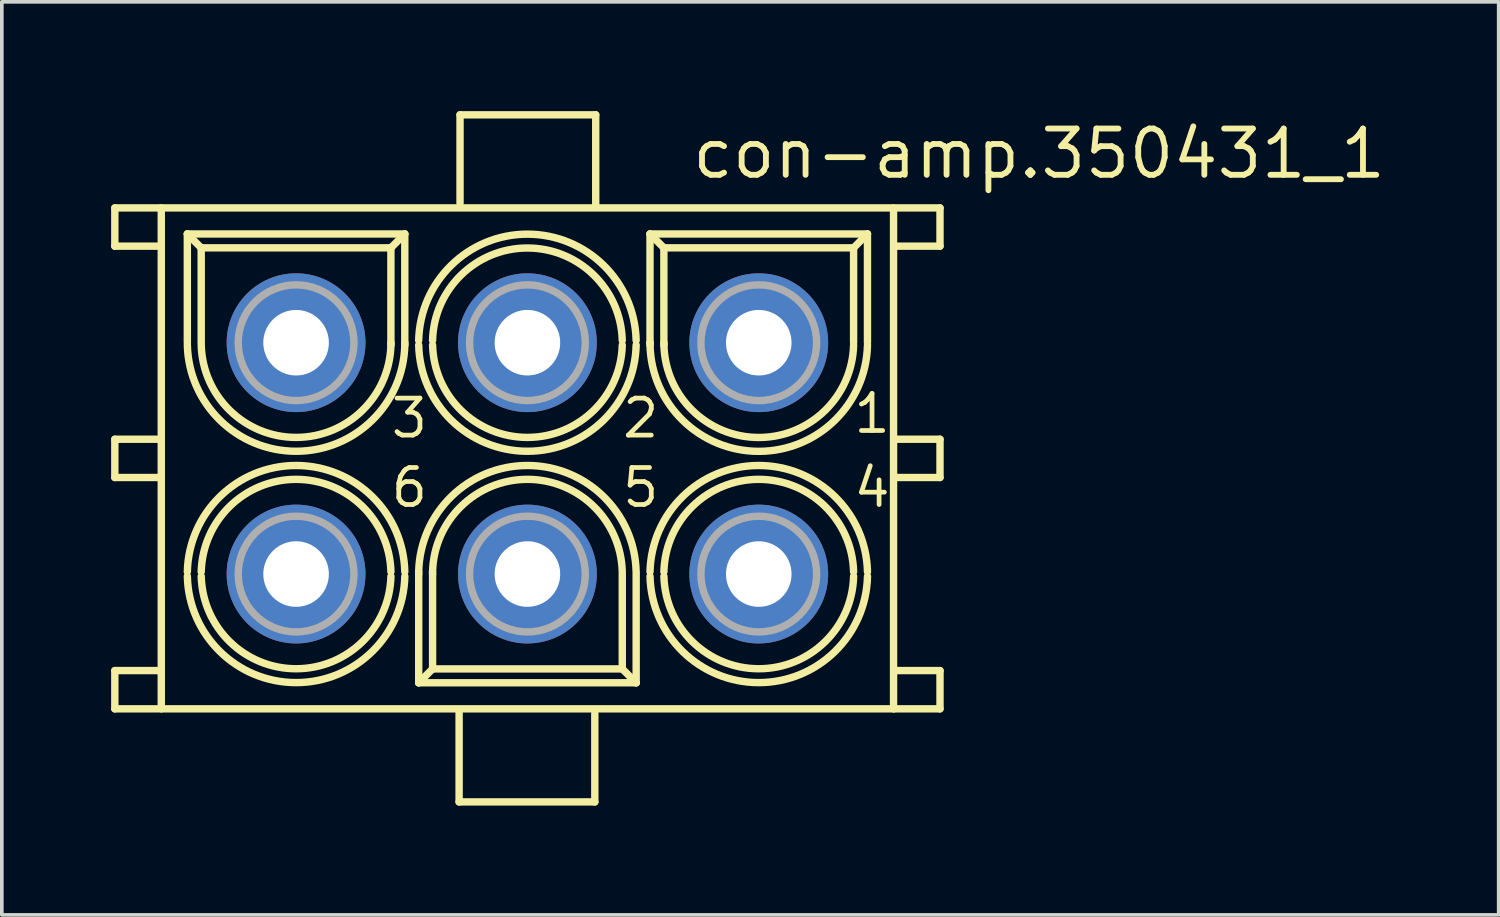
<source format=kicad_pcb>
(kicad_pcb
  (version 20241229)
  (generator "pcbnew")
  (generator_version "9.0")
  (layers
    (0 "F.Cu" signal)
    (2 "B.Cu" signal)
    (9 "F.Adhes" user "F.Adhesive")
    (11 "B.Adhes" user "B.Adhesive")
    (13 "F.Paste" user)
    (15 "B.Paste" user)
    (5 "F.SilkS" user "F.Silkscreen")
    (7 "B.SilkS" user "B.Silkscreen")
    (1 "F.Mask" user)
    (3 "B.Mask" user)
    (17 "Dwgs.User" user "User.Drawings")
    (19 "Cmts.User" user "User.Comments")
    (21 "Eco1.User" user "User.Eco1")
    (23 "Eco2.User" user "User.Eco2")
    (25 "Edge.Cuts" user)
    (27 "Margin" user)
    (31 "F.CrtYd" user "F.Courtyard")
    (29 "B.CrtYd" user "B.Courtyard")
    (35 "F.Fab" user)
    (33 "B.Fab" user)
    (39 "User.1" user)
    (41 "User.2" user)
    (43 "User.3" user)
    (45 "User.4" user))
  (footprint "con-amp.350431_1"
    (layer "F.Cu")
    (at 11.427 6.357)
    (property "Reference" "con-amp.350431_1" (at 4.445 -4.445 0) (layer "F.SilkS") (effects (font (size 1.27 1.27) (thickness 0.16)) (justify left bottom)))
    (attr through_hole)
    (fp_line (start -11.325 -3.7) (end -11.325 -2.65) (stroke (width 0.203) (type default)) (layer "F.SilkS"))
    (fp_line (start -11.325 -2.65) (end -10.125 -2.65) (stroke (width 0.203) (type default)) (layer "F.SilkS"))
    (fp_line (start -11.325 2.65) (end -11.325 3.7) (stroke (width 0.203) (type default)) (layer "F.SilkS"))
    (fp_line (start -11.325 3.7) (end -10.125 3.7) (stroke (width 0.203) (type default)) (layer "F.SilkS"))
    (fp_line (start -11.325 9) (end -11.325 10.05) (stroke (width 0.203) (type default)) (layer "F.SilkS"))
    (fp_line (start -11.325 10.05) (end -10.125 10.05) (stroke (width 0.203) (type default)) (layer "F.SilkS"))
    (fp_line (start -10.1 -3.7) (end -11.325 -3.7) (stroke (width 0.203) (type default)) (layer "F.SilkS"))
    (fp_line (start -10.1 2.65) (end -11.325 2.65) (stroke (width 0.203) (type default)) (layer "F.SilkS"))
    (fp_line (start -10.1 9) (end -11.325 9) (stroke (width 0.203) (type default)) (layer "F.SilkS"))
    (fp_line (start -10.05 -3.7) (end 10.05 -3.7) (stroke (width 0.203) (type default)) (layer "F.SilkS"))
    (fp_line (start -10.05 10.05) (end -10.05 -3.7) (stroke (width 0.203) (type default)) (layer "F.SilkS"))
    (fp_line (start -9.335 -2.985) (end -3.366 -2.985) (stroke (width 0.203) (type default)) (layer "F.SilkS"))
    (fp_line (start -9.335 0) (end -9.335 -2.985) (stroke (width 0.203) (type default)) (layer "F.SilkS"))
    (fp_line (start -8.954 -2.604) (end -9.335 -2.985) (stroke (width 0.203) (type default)) (layer "F.SilkS"))
    (fp_line (start -8.954 -2.604) (end -3.747 -2.604) (stroke (width 0.203) (type default)) (layer "F.SilkS"))
    (fp_line (start -8.954 0) (end -8.954 -2.604) (stroke (width 0.203) (type default)) (layer "F.SilkS"))
    (fp_line (start -3.747 -2.604) (end -3.747 0) (stroke (width 0.203) (type default)) (layer "F.SilkS"))
    (fp_line (start -3.747 -2.604) (end -3.366 -2.985) (stroke (width 0.203) (type default)) (layer "F.SilkS"))
    (fp_line (start -3.746 0) (end -3.746 0.064) (stroke (width 0.203) (type default)) (layer "F.SilkS"))
    (fp_line (start -3.366 -2.985) (end -3.366 0) (stroke (width 0.203) (type default)) (layer "F.SilkS"))
    (fp_line (start -3.365 0) (end -3.365 0.064) (stroke (width 0.203) (type default)) (layer "F.SilkS"))
    (fp_line (start -2.985 6.35) (end -2.985 6.286) (stroke (width 0.203) (type default)) (layer "F.SilkS"))
    (fp_line (start -2.984 9.335) (end -2.984 6.35) (stroke (width 0.203) (type default)) (layer "F.SilkS"))
    (fp_line (start -2.604 6.35) (end -2.604 6.286) (stroke (width 0.203) (type default)) (layer "F.SilkS"))
    (fp_line (start -2.603 8.954) (end -2.984 9.335) (stroke (width 0.203) (type default)) (layer "F.SilkS"))
    (fp_line (start -2.603 8.954) (end -2.603 6.35) (stroke (width 0.203) (type default)) (layer "F.SilkS"))
    (fp_line (start -1.875 10.155) (end -1.875 12.605) (stroke (width 0.203) (type default)) (layer "F.SilkS"))
    (fp_line (start -1.875 12.605) (end 1.85 12.605) (stroke (width 0.203) (type default)) (layer "F.SilkS"))
    (fp_line (start -1.85 -6.255) (end -1.85 -3.83) (stroke (width 0.203) (type default)) (layer "F.SilkS"))
    (fp_line (start 1.85 12.605) (end 1.85 10.18) (stroke (width 0.203) (type default)) (layer "F.SilkS"))
    (fp_line (start 1.875 -6.255) (end -1.85 -6.255) (stroke (width 0.203) (type default)) (layer "F.SilkS"))
    (fp_line (start 1.875 -3.805) (end 1.875 -6.255) (stroke (width 0.203) (type default)) (layer "F.SilkS"))
    (fp_line (start 2.604 6.35) (end 2.604 8.954) (stroke (width 0.203) (type default)) (layer "F.SilkS"))
    (fp_line (start 2.604 8.954) (end -2.603 8.954) (stroke (width 0.203) (type default)) (layer "F.SilkS"))
    (fp_line (start 2.604 8.954) (end 2.985 9.335) (stroke (width 0.203) (type default)) (layer "F.SilkS"))
    (fp_line (start 2.985 6.35) (end 2.985 9.335) (stroke (width 0.203) (type default)) (layer "F.SilkS"))
    (fp_line (start 2.985 9.335) (end -2.984 9.335) (stroke (width 0.203) (type default)) (layer "F.SilkS"))
    (fp_line (start 3.365 -2.985) (end 9.334 -2.985) (stroke (width 0.203) (type default)) (layer "F.SilkS"))
    (fp_line (start 3.365 0) (end 3.365 -2.985) (stroke (width 0.203) (type default)) (layer "F.SilkS"))
    (fp_line (start 3.365 0) (end 3.366 0) (stroke (width 0.203) (type default)) (layer "F.SilkS"))
    (fp_line (start 3.366 0.064) (end 3.366 0) (stroke (width 0.203) (type default)) (layer "F.SilkS"))
    (fp_line (start 3.746 -2.604) (end 3.365 -2.985) (stroke (width 0.203) (type default)) (layer "F.SilkS"))
    (fp_line (start 3.746 -2.604) (end 8.953 -2.604) (stroke (width 0.203) (type default)) (layer "F.SilkS"))
    (fp_line (start 3.746 0) (end 3.746 -2.604) (stroke (width 0.203) (type default)) (layer "F.SilkS"))
    (fp_line (start 3.747 0.064) (end 3.747 0) (stroke (width 0.203) (type default)) (layer "F.SilkS"))
    (fp_line (start 8.953 -2.604) (end 8.953 0) (stroke (width 0.203) (type default)) (layer "F.SilkS"))
    (fp_line (start 8.953 -2.604) (end 9.334 -2.985) (stroke (width 0.203) (type default)) (layer "F.SilkS"))
    (fp_line (start 9.334 -2.985) (end 9.334 0) (stroke (width 0.203) (type default)) (layer "F.SilkS"))
    (fp_line (start 10.05 -3.7) (end 10.05 10.05) (stroke (width 0.203) (type default)) (layer "F.SilkS"))
    (fp_line (start 10.05 10.05) (end -10.05 10.05) (stroke (width 0.203) (type default)) (layer "F.SilkS"))
    (fp_line (start 10.1 -2.65) (end 11.325 -2.65) (stroke (width 0.203) (type default)) (layer "F.SilkS"))
    (fp_line (start 10.1 3.7) (end 11.325 3.7) (stroke (width 0.203) (type default)) (layer "F.SilkS"))
    (fp_line (start 10.1 10.05) (end 11.325 10.05) (stroke (width 0.203) (type default)) (layer "F.SilkS"))
    (fp_line (start 11.325 -3.7) (end 10.125 -3.7) (stroke (width 0.203) (type default)) (layer "F.SilkS"))
    (fp_line (start 11.325 -2.65) (end 11.325 -3.7) (stroke (width 0.203) (type default)) (layer "F.SilkS"))
    (fp_line (start 11.325 2.65) (end 10.125 2.65) (stroke (width 0.203) (type default)) (layer "F.SilkS"))
    (fp_line (start 11.325 3.7) (end 11.325 2.65) (stroke (width 0.203) (type default)) (layer "F.SilkS"))
    (fp_line (start 11.325 9) (end 10.125 9) (stroke (width 0.203) (type default)) (layer "F.SilkS"))
    (fp_line (start 11.325 10.05) (end 11.325 9) (stroke (width 0.203) (type default)) (layer "F.SilkS"))
    (fp_arc (start -9.3347 6.2864) (mid -6.3502 3.369907) (end -3.3657 6.2864) (stroke (width 0.2032) (type default)) (layer "F.SilkS"))
    (fp_arc (start -8.9537 6.2864) (mid -6.3502 3.749915) (end -3.7467 6.2864) (stroke (width 0.2032) (type default)) (layer "F.SilkS"))
    (fp_arc (start -3.7463 0.0636) (mid -6.3498 2.600085) (end -8.9533 0.0636) (stroke (width 0.2032) (type default)) (layer "F.SilkS"))
    (fp_arc (start -3.7463 6.4136) (mid -6.3498 8.950085) (end -8.9533 6.4136) (stroke (width 0.2032) (type default)) (layer "F.SilkS"))
    (fp_arc (start -3.3653 0.0636) (mid -6.3498 2.980093) (end -9.3343 0.0636) (stroke (width 0.2032) (type default)) (layer "F.SilkS"))
    (fp_arc (start -3.3653 6.4136) (mid -6.3498 9.330093) (end -9.3343 6.4136) (stroke (width 0.2032) (type default)) (layer "F.SilkS"))
    (fp_arc (start -2.9847 -0.0636) (mid -0.0002 -2.980093) (end 2.9843 -0.0636) (stroke (width 0.2032) (type default)) (layer "F.SilkS"))
    (fp_arc (start -2.9847 6.2864) (mid -0.0002 3.369907) (end 2.9843 6.2864) (stroke (width 0.2032) (type default)) (layer "F.SilkS"))
    (fp_arc (start -2.6037 -0.0636) (mid -0.0002 -2.600085) (end 2.6033 -0.0636) (stroke (width 0.2032) (type default)) (layer "F.SilkS"))
    (fp_arc (start -2.6037 6.2864) (mid -0.0002 3.749915) (end 2.6033 6.2864) (stroke (width 0.2032) (type default)) (layer "F.SilkS"))
    (fp_arc (start 2.6037 0.0636) (mid 0.0002 2.600085) (end -2.6033 0.0636) (stroke (width 0.2032) (type default)) (layer "F.SilkS"))
    (fp_arc (start 2.9847 0.0636) (mid 0.0002 2.980093) (end -2.9843 0.0636) (stroke (width 0.2032) (type default)) (layer "F.SilkS"))
    (fp_arc (start 3.3653 6.2864) (mid 6.3498 3.369907) (end 9.3343 6.2864) (stroke (width 0.2032) (type default)) (layer "F.SilkS"))
    (fp_arc (start 3.7463 6.2864) (mid 6.3498 3.749915) (end 8.9533 6.2864) (stroke (width 0.2032) (type default)) (layer "F.SilkS"))
    (fp_arc (start 8.9536 0.0636) (mid 6.35015 2.601886) (end 3.7467 0.0636) (stroke (width 0.2032) (type default)) (layer "F.SilkS"))
    (fp_arc (start 8.9537 6.4136) (mid 6.3502 8.950085) (end 3.7467 6.4136) (stroke (width 0.2032) (type default)) (layer "F.SilkS"))
    (fp_arc (start 9.3346 0.0636) (mid 6.35015 2.979945) (end 3.3657 0.0636) (stroke (width 0.2032) (type default)) (layer "F.SilkS"))
    (fp_arc (start 9.3347 6.4136) (mid 6.3502 9.330093) (end 3.3657 6.4136) (stroke (width 0.2032) (type default)) (layer "F.SilkS"))
    (fp_circle (center -6.35 0) (end -5.252 0) (stroke (width 0.001) (type default)) (fill no) (layer "F.SilkS"))
    (fp_circle (center -6.35 6.35) (end -5.252 6.35) (stroke (width 0.001) (type default)) (fill no) (layer "F.SilkS"))
    (fp_circle (center -6.35 6.35) (end -3.747 6.35) (stroke (width 0.001) (type default)) (fill no) (layer "F.SilkS"))
    (fp_circle (center 0 0) (end 1.099 0) (stroke (width 0.001) (type default)) (fill no) (layer "F.SilkS"))
    (fp_circle (center 0 0) (end 2.603 0) (stroke (width 0.001) (type default)) (fill no) (layer "F.SilkS"))
    (fp_circle (center 0 6.35) (end 1.099 6.35) (stroke (width 0.001) (type default)) (fill no) (layer "F.SilkS"))
    (fp_circle (center 6.35 0) (end 7.449 0) (stroke (width 0.001) (type default)) (fill no) (layer "F.SilkS"))
    (fp_circle (center 6.35 6.35) (end 7.449 6.35) (stroke (width 0.001) (type default)) (fill no) (layer "F.SilkS"))
    (fp_circle (center 6.35 6.35) (end 8.954 6.35) (stroke (width 0.001) (type default)) (fill no) (layer "F.SilkS"))
    (fp_circle (center -6.35 0) (end -4.762 0) (stroke (width 0.203) (type default)) (fill no) (layer "F.Fab"))
    (fp_circle (center -6.35 6.35) (end -4.762 6.35) (stroke (width 0.203) (type default)) (fill no) (layer "F.Fab"))
    (fp_circle (center 0 0) (end 1.588 0) (stroke (width 0.203) (type default)) (fill no) (layer "F.Fab"))
    (fp_circle (center 0 6.35) (end 1.588 6.35) (stroke (width 0.203) (type default)) (fill no) (layer "F.Fab"))
    (fp_circle (center 6.35 0) (end 7.938 0) (stroke (width 0.203) (type default)) (fill no) (layer "F.Fab"))
    (fp_circle (center 6.35 6.35) (end 7.938 6.35) (stroke (width 0.203) (type default)) (fill no) (layer "F.Fab"))
    (fp_text user "5" (at 2.54 4.572 0) (layer "F.SilkS") (effects (font (size 1.016 1.016) (thickness 0.13)) (justify left bottom)))
    (fp_text user "1" (at 8.89 2.54 0) (layer "F.SilkS") (effects (font (size 1.016 1.016) (thickness 0.13)) (justify left bottom)))
    (fp_text user "2" (at 2.54 2.667 0) (layer "F.SilkS") (effects (font (size 1.016 1.016) (thickness 0.13)) (justify left bottom)))
    (fp_text user "4" (at 8.89 4.572 0) (layer "F.SilkS") (effects (font (size 1.016 1.016) (thickness 0.13)) (justify left bottom)))
    (fp_text user "6" (at -3.81 4.572 0) (layer "F.SilkS") (effects (font (size 1.016 1.016) (thickness 0.13)) (justify left bottom)))
    (fp_text user "3" (at -3.81 2.667 0) (layer "F.SilkS") (effects (font (size 1.016 1.016) (thickness 0.13)) (justify left bottom)))
    (pad "1" thru_hole circle (at 6.35 0 180) (size 3.81 3.81) (drill 1.8) (layers "*.Cu" "*.Mask"))
    (pad "2" thru_hole circle (at 0 0 180) (size 3.81 3.81) (drill 1.8) (layers "*.Cu" "*.Mask"))
    (pad "3" thru_hole circle (at -6.35 0 180) (size 3.81 3.81) (drill 1.8) (layers "*.Cu" "*.Mask"))
    (pad "4" thru_hole circle (at 6.35 6.35 180) (size 3.81 3.81) (drill 1.8) (layers "*.Cu" "*.Mask"))
    (pad "5" thru_hole circle (at 0 6.35) (size 3.81 3.81) (drill 1.8) (layers "*.Cu" "*.Mask"))
    (pad "6" thru_hole circle (at -6.35 6.35 180) (size 3.81 3.81) (drill 1.8) (layers "*.Cu" "*.Mask")))
  (gr_rect
    (start -3 -3)
    (end 38.087 22.063)
    (stroke (width 0.1) (type default))
    (fill no)
    (layer "Edge.Cuts")))
</source>
